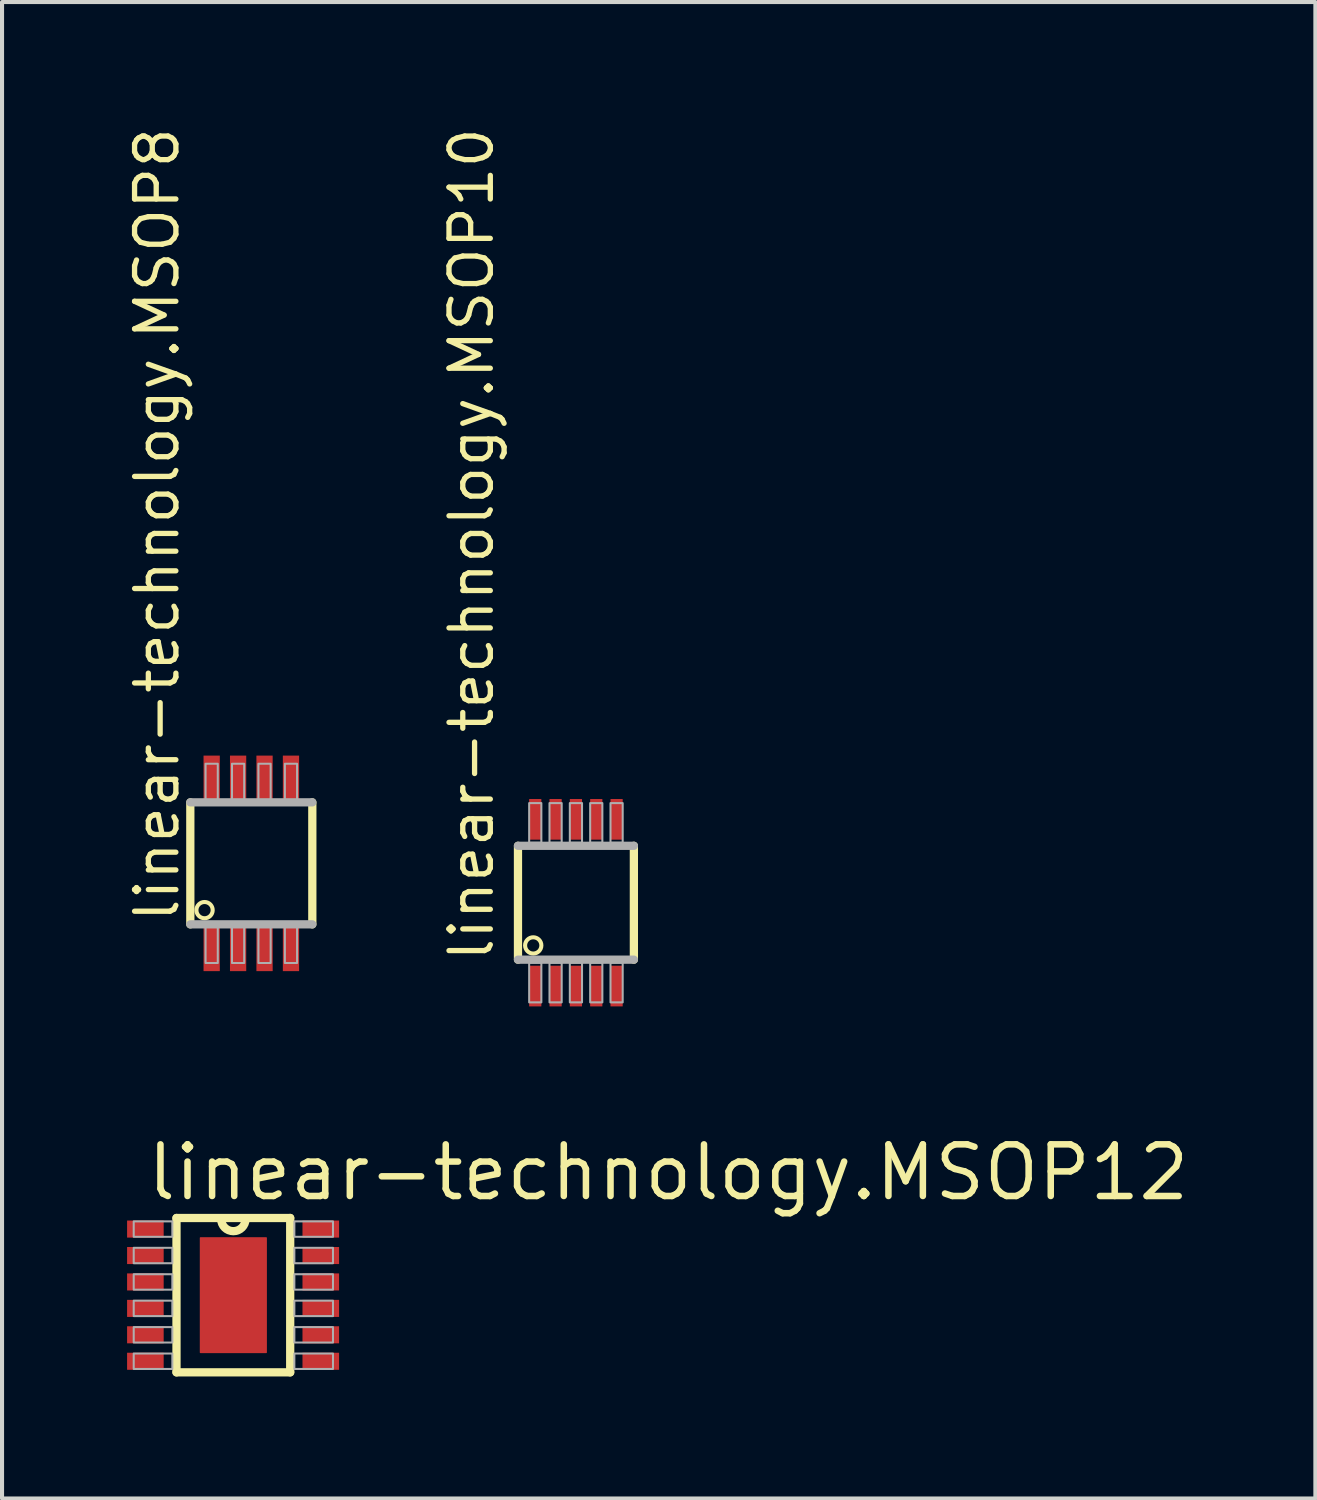
<source format=kicad_pcb>
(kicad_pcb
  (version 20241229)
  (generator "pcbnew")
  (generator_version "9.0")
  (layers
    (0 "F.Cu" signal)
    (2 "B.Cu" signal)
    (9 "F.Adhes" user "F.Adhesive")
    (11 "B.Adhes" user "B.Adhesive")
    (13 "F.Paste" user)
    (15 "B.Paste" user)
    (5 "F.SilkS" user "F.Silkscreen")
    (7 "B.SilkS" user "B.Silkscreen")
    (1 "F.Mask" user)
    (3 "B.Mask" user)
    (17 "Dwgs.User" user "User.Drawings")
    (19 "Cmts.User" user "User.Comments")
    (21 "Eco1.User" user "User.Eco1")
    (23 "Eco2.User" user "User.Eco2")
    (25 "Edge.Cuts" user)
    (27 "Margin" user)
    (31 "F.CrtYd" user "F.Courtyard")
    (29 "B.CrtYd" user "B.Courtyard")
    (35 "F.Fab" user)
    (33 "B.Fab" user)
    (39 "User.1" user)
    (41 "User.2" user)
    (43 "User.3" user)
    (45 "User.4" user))
  (footprint "linear-technology.MSOP8"
    (layer "F.Cu")
    (at 3.13 18.18)
    (property "Reference" "linear-technology.MSOP8" (at -1.724 1.504 90) (layer "F.SilkS") (effects (font (size 1.016 1.016) (thickness 0.13)) (justify left bottom)))
    (attr smd)
    (fp_line (start -1.5 -1.5) (end -1.5 1.5) (stroke (width 0.203) (type default)) (layer "F.SilkS"))
    (fp_line (start 1.5 1.5) (end 1.5 -1.5) (stroke (width 0.203) (type default)) (layer "F.SilkS"))
    (fp_circle (center -1.15 1.15) (end -0.95 1.15) (stroke (width 0.1) (type default)) (fill no) (layer "F.SilkS"))
    (fp_line (start -1.5 1.5) (end 1.5 1.5) (stroke (width 0.203) (type default)) (layer "F.Fab"))
    (fp_line (start 1.5 -1.5) (end -1.5 -1.5) (stroke (width 0.203) (type default)) (layer "F.Fab"))
    (fp_rect (start -1.125 -1.55) (end -0.825 -2.45) (stroke (width 0.05) (type default)) (fill no) (layer "F.Fab"))
    (fp_rect (start -1.125 2.45) (end -0.825 1.55) (stroke (width 0.05) (type default)) (fill no) (layer "F.Fab"))
    (fp_rect (start -0.475 -1.55) (end -0.175 -2.45) (stroke (width 0.05) (type default)) (fill no) (layer "F.Fab"))
    (fp_rect (start -0.475 2.45) (end -0.175 1.55) (stroke (width 0.05) (type default)) (fill no) (layer "F.Fab"))
    (fp_rect (start 0.175 -1.55) (end 0.475 -2.45) (stroke (width 0.05) (type default)) (fill no) (layer "F.Fab"))
    (fp_rect (start 0.175 2.45) (end 0.475 1.55) (stroke (width 0.05) (type default)) (fill no) (layer "F.Fab"))
    (fp_rect (start 0.825 -1.55) (end 1.125 -2.45) (stroke (width 0.05) (type default)) (fill no) (layer "F.Fab"))
    (fp_rect (start 0.825 2.45) (end 1.125 1.55) (stroke (width 0.05) (type default)) (fill no) (layer "F.Fab"))
    (pad "1" smd roundrect (at -0.975 2.05) (size 0.4 1.2) (layers "F.Cu" "F.Mask" "F.Paste") (roundrect_rratio 0.01))
    (pad "2" smd roundrect (at -0.325 2.05) (size 0.4 1.2) (layers "F.Cu" "F.Mask" "F.Paste") (roundrect_rratio 0.01))
    (pad "3" smd roundrect (at 0.325 2.05) (size 0.4 1.2) (layers "F.Cu" "F.Mask" "F.Paste") (roundrect_rratio 0.01))
    (pad "4" smd roundrect (at 0.975 2.05) (size 0.4 1.2) (layers "F.Cu" "F.Mask" "F.Paste") (roundrect_rratio 0.01))
    (pad "5" smd roundrect (at 0.975 -2.05) (size 0.4 1.2) (layers "F.Cu" "F.Mask" "F.Paste") (roundrect_rratio 0.01))
    (pad "6" smd roundrect (at 0.325 -2.05) (size 0.4 1.2) (layers "F.Cu" "F.Mask" "F.Paste") (roundrect_rratio 0.01))
    (pad "7" smd roundrect (at -0.325 -2.05) (size 0.4 1.2) (layers "F.Cu" "F.Mask" "F.Paste") (roundrect_rratio 0.01))
    (pad "8" smd roundrect (at -0.975 -2.05) (size 0.4 1.2) (layers "F.Cu" "F.Mask" "F.Paste") (roundrect_rratio 0.01)))
  (footprint "linear-technology.MSOP12"
    (layer "F.Cu")
    (at 2.688 28.798)
    (property "Reference" "linear-technology.MSOP12" (at -2.2 -2.275 0) (layer "F.SilkS") (effects (font (size 1.27 1.27) (thickness 0.16)) (justify left bottom)))
    (attr smd)
    (fp_rect (start -2.663 -1.387) (end -1.675 -1.863) (stroke (width 0.05) (type default)) (fill yes) (layer "F.Mask"))
    (fp_rect (start -2.663 -0.738) (end -1.675 -1.212) (stroke (width 0.05) (type default)) (fill yes) (layer "F.Mask"))
    (fp_rect (start -2.663 -0.087) (end -1.675 -0.562) (stroke (width 0.05) (type default)) (fill yes) (layer "F.Mask"))
    (fp_rect (start -2.663 0.562) (end -1.675 0.087) (stroke (width 0.05) (type default)) (fill yes) (layer "F.Mask"))
    (fp_rect (start -2.663 1.212) (end -1.675 0.738) (stroke (width 0.05) (type default)) (fill yes) (layer "F.Mask"))
    (fp_rect (start -2.663 1.863) (end -1.675 1.387) (stroke (width 0.05) (type default)) (fill yes) (layer "F.Mask"))
    (fp_rect (start 1.675 -1.387) (end 2.663 -1.863) (stroke (width 0.05) (type default)) (fill yes) (layer "F.Mask"))
    (fp_rect (start 1.675 -0.738) (end 2.663 -1.212) (stroke (width 0.05) (type default)) (fill yes) (layer "F.Mask"))
    (fp_rect (start 1.675 -0.087) (end 2.663 -0.562) (stroke (width 0.05) (type default)) (fill yes) (layer "F.Mask"))
    (fp_rect (start 1.675 0.562) (end 2.663 0.087) (stroke (width 0.05) (type default)) (fill yes) (layer "F.Mask"))
    (fp_rect (start 1.675 1.212) (end 2.663 0.738) (stroke (width 0.05) (type default)) (fill yes) (layer "F.Mask"))
    (fp_rect (start 1.675 1.863) (end 2.663 1.387) (stroke (width 0.05) (type default)) (fill yes) (layer "F.Mask"))
    (fp_line (start -1.398 -1.898) (end -1.398 1.898) (stroke (width 0.203) (type default)) (layer "F.SilkS"))
    (fp_line (start -1.398 1.898) (end 1.398 1.898) (stroke (width 0.203) (type default)) (layer "F.SilkS"))
    (fp_line (start 1.398 -1.898) (end -1.398 -1.898) (stroke (width 0.203) (type default)) (layer "F.SilkS"))
    (fp_line (start 1.398 1.898) (end 1.398 -1.898) (stroke (width 0.203) (type default)) (layer "F.SilkS"))
    (fp_arc (start 0.3 -1.8734) (mid 0 -1.5734) (end -0.3 -1.8734) (stroke (width 0.2032) (type default)) (layer "F.SilkS"))
    (fp_rect (start -2.45 -1.435) (end -1.5 -1.815) (stroke (width 0.05) (type default)) (fill no) (layer "F.Fab"))
    (fp_rect (start -2.45 -0.785) (end -1.5 -1.165) (stroke (width 0.05) (type default)) (fill no) (layer "F.Fab"))
    (fp_rect (start -2.45 -0.135) (end -1.5 -0.515) (stroke (width 0.05) (type default)) (fill no) (layer "F.Fab"))
    (fp_rect (start -2.45 0.515) (end -1.5 0.135) (stroke (width 0.05) (type default)) (fill no) (layer "F.Fab"))
    (fp_rect (start -2.45 1.165) (end -1.5 0.785) (stroke (width 0.05) (type default)) (fill no) (layer "F.Fab"))
    (fp_rect (start -2.45 1.815) (end -1.5 1.435) (stroke (width 0.05) (type default)) (fill no) (layer "F.Fab"))
    (fp_rect (start 1.5 -1.435) (end 2.45 -1.815) (stroke (width 0.05) (type default)) (fill no) (layer "F.Fab"))
    (fp_rect (start 1.5 -0.785) (end 2.45 -1.165) (stroke (width 0.05) (type default)) (fill no) (layer "F.Fab"))
    (fp_rect (start 1.5 -0.135) (end 2.45 -0.515) (stroke (width 0.05) (type default)) (fill no) (layer "F.Fab"))
    (fp_rect (start 1.5 0.515) (end 2.45 0.135) (stroke (width 0.05) (type default)) (fill no) (layer "F.Fab"))
    (fp_rect (start 1.5 1.165) (end 2.45 0.785) (stroke (width 0.05) (type default)) (fill no) (layer "F.Fab"))
    (fp_rect (start 1.5 1.815) (end 2.45 1.435) (stroke (width 0.05) (type default)) (fill no) (layer "F.Fab"))
    (pad "1" smd roundrect (at -2.163 -1.625) (size 0.9 0.42) (layers "F.Cu" "F.Mask" "F.Paste") (roundrect_rratio 0.01))
    (pad "2" smd roundrect (at -2.163 -0.975) (size 0.9 0.42) (layers "F.Cu" "F.Mask" "F.Paste") (roundrect_rratio 0.01))
    (pad "3" smd roundrect (at -2.163 -0.325) (size 0.9 0.42) (layers "F.Cu" "F.Mask" "F.Paste") (roundrect_rratio 0.01))
    (pad "4" smd roundrect (at -2.163 0.325) (size 0.9 0.42) (layers "F.Cu" "F.Mask" "F.Paste") (roundrect_rratio 0.01))
    (pad "5" smd roundrect (at -2.163 0.975) (size 0.9 0.42) (layers "F.Cu" "F.Mask" "F.Paste") (roundrect_rratio 0.01))
    (pad "6" smd roundrect (at -2.163 1.625) (size 0.9 0.42) (layers "F.Cu" "F.Mask" "F.Paste") (roundrect_rratio 0.01))
    (pad "7" smd roundrect (at 2.15 1.625) (size 0.9 0.42) (layers "F.Cu" "F.Mask" "F.Paste") (roundrect_rratio 0.01))
    (pad "8" smd roundrect (at 2.15 0.975) (size 0.9 0.42) (layers "F.Cu" "F.Mask" "F.Paste") (roundrect_rratio 0.01))
    (pad "9" smd roundrect (at 2.15 0.325) (size 0.9 0.42) (layers "F.Cu" "F.Mask" "F.Paste") (roundrect_rratio 0.01))
    (pad "10" smd roundrect (at 2.15 -0.325) (size 0.9 0.42) (layers "F.Cu" "F.Mask" "F.Paste") (roundrect_rratio 0.01))
    (pad "11" smd roundrect (at 2.15 -0.975) (size 0.9 0.42) (layers "F.Cu" "F.Mask" "F.Paste") (roundrect_rratio 0.01))
    (pad "12" smd roundrect (at 2.15 -1.625) (size 0.9 0.42) (layers "F.Cu" "F.Mask" "F.Paste") (roundrect_rratio 0.01))
    (pad "EXP" smd roundrect (at 0 0) (size 1.65 2.85) (layers "F.Cu" "F.Mask" "F.Paste") (roundrect_rratio 0.01)))
  (footprint "linear-technology.MSOP10"
    (layer "F.Cu")
    (at 11.112 19.148)
    (property "Reference" "linear-technology.MSOP10" (at -1.974 1.504 90) (layer "F.SilkS") (effects (font (size 1.016 1.016) (thickness 0.13)) (justify left bottom)))
    (attr smd)
    (fp_rect (start -1.2 -1.5) (end -0.8 -2.6) (stroke (width 0.05) (type default)) (fill yes) (layer "F.Mask"))
    (fp_rect (start -1.2 2.6) (end -0.8 1.5) (stroke (width 0.05) (type default)) (fill yes) (layer "F.Mask"))
    (fp_rect (start -0.7 -1.5) (end -0.3 -2.6) (stroke (width 0.05) (type default)) (fill yes) (layer "F.Mask"))
    (fp_rect (start -0.7 2.6) (end -0.3 1.5) (stroke (width 0.05) (type default)) (fill yes) (layer "F.Mask"))
    (fp_rect (start -0.2 -1.5) (end 0.2 -2.6) (stroke (width 0.05) (type default)) (fill yes) (layer "F.Mask"))
    (fp_rect (start -0.2 2.6) (end 0.2 1.5) (stroke (width 0.05) (type default)) (fill yes) (layer "F.Mask"))
    (fp_rect (start 0.3 -1.5) (end 0.7 -2.6) (stroke (width 0.05) (type default)) (fill yes) (layer "F.Mask"))
    (fp_rect (start 0.3 2.6) (end 0.7 1.5) (stroke (width 0.05) (type default)) (fill yes) (layer "F.Mask"))
    (fp_rect (start 0.8 -1.5) (end 1.2 -2.6) (stroke (width 0.05) (type default)) (fill yes) (layer "F.Mask"))
    (fp_rect (start 0.8 2.6) (end 1.2 1.5) (stroke (width 0.05) (type default)) (fill yes) (layer "F.Mask"))
    (fp_line (start -1.425 -1.4) (end -1.425 1.4) (stroke (width 0.203) (type default)) (layer "F.SilkS"))
    (fp_line (start 1.425 1.4) (end 1.425 -1.4) (stroke (width 0.203) (type default)) (layer "F.SilkS"))
    (fp_circle (center -1.05 1.05) (end -0.85 1.05) (stroke (width 0.1) (type default)) (fill no) (layer "F.SilkS"))
    (fp_rect (start -1.125 -1.625) (end -0.875 -2.5) (stroke (width 0.05) (type default)) (fill yes) (layer "F.Paste"))
    (fp_rect (start -1.125 2.5) (end -0.875 1.625) (stroke (width 0.05) (type default)) (fill yes) (layer "F.Paste"))
    (fp_rect (start -0.625 -1.625) (end -0.375 -2.5) (stroke (width 0.05) (type default)) (fill yes) (layer "F.Paste"))
    (fp_rect (start -0.625 2.5) (end -0.375 1.625) (stroke (width 0.05) (type default)) (fill yes) (layer "F.Paste"))
    (fp_rect (start -0.125 -1.625) (end 0.125 -2.5) (stroke (width 0.05) (type default)) (fill yes) (layer "F.Paste"))
    (fp_rect (start -0.125 2.5) (end 0.125 1.625) (stroke (width 0.05) (type default)) (fill yes) (layer "F.Paste"))
    (fp_rect (start 0.375 -1.625) (end 0.625 -2.5) (stroke (width 0.05) (type default)) (fill yes) (layer "F.Paste"))
    (fp_rect (start 0.375 2.5) (end 0.625 1.625) (stroke (width 0.05) (type default)) (fill yes) (layer "F.Paste"))
    (fp_rect (start 0.875 -1.625) (end 1.125 -2.5) (stroke (width 0.05) (type default)) (fill yes) (layer "F.Paste"))
    (fp_rect (start 0.875 2.5) (end 1.125 1.625) (stroke (width 0.05) (type default)) (fill yes) (layer "F.Paste"))
    (fp_line (start -1.425 1.4) (end 1.425 1.4) (stroke (width 0.203) (type default)) (layer "F.Fab"))
    (fp_line (start 1.425 -1.4) (end -1.425 -1.4) (stroke (width 0.203) (type default)) (layer "F.Fab"))
    (fp_rect (start -1.15 -1.475) (end -0.85 -2.45) (stroke (width 0.05) (type default)) (fill no) (layer "F.Fab"))
    (fp_rect (start -1.15 2.45) (end -0.85 1.475) (stroke (width 0.05) (type default)) (fill no) (layer "F.Fab"))
    (fp_rect (start -0.65 -1.475) (end -0.35 -2.45) (stroke (width 0.05) (type default)) (fill no) (layer "F.Fab"))
    (fp_rect (start -0.65 2.45) (end -0.35 1.475) (stroke (width 0.05) (type default)) (fill no) (layer "F.Fab"))
    (fp_rect (start -0.15 -1.475) (end 0.15 -2.45) (stroke (width 0.05) (type default)) (fill no) (layer "F.Fab"))
    (fp_rect (start -0.15 2.45) (end 0.15 1.475) (stroke (width 0.05) (type default)) (fill no) (layer "F.Fab"))
    (fp_rect (start 0.35 -1.475) (end 0.65 -2.45) (stroke (width 0.05) (type default)) (fill no) (layer "F.Fab"))
    (fp_rect (start 0.35 2.45) (end 0.65 1.475) (stroke (width 0.05) (type default)) (fill no) (layer "F.Fab"))
    (fp_rect (start 0.85 -1.475) (end 1.15 -2.45) (stroke (width 0.05) (type default)) (fill no) (layer "F.Fab"))
    (fp_rect (start 0.85 2.45) (end 1.15 1.475) (stroke (width 0.05) (type default)) (fill no) (layer "F.Fab"))
    (pad "1" smd roundrect (at -1 2.05) (size 0.3 1) (layers "F.Cu" "F.Mask" "F.Paste") (roundrect_rratio 0.01))
    (pad "2" smd roundrect (at -0.5 2.05) (size 0.3 1) (layers "F.Cu" "F.Mask" "F.Paste") (roundrect_rratio 0.01))
    (pad "3" smd roundrect (at 0 2.05) (size 0.3 1) (layers "F.Cu" "F.Mask" "F.Paste") (roundrect_rratio 0.01))
    (pad "4" smd roundrect (at 0.5 2.05) (size 0.3 1) (layers "F.Cu" "F.Mask" "F.Paste") (roundrect_rratio 0.01))
    (pad "5" smd roundrect (at 1 2.05) (size 0.3 1) (layers "F.Cu" "F.Mask" "F.Paste") (roundrect_rratio 0.01))
    (pad "6" smd roundrect (at 1 -2.05 180) (size 0.3 1) (layers "F.Cu" "F.Mask" "F.Paste") (roundrect_rratio 0.01))
    (pad "7" smd roundrect (at 0.5 -2.05 180) (size 0.3 1) (layers "F.Cu" "F.Mask" "F.Paste") (roundrect_rratio 0.01))
    (pad "8" smd roundrect (at 0 -2.05 180) (size 0.3 1) (layers "F.Cu" "F.Mask" "F.Paste") (roundrect_rratio 0.01))
    (pad "9" smd roundrect (at -0.5 -2.05 180) (size 0.3 1) (layers "F.Cu" "F.Mask" "F.Paste") (roundrect_rratio 0.01))
    (pad "10" smd roundrect (at -1 -2.05 180) (size 0.3 1) (layers "F.Cu" "F.Mask" "F.Paste") (roundrect_rratio 0.01)))
  (gr_rect
    (start -3 -3)
    (end 29.295 33.798)
    (stroke (width 0.1) (type default))
    (fill no)
    (layer "Edge.Cuts")))
</source>
